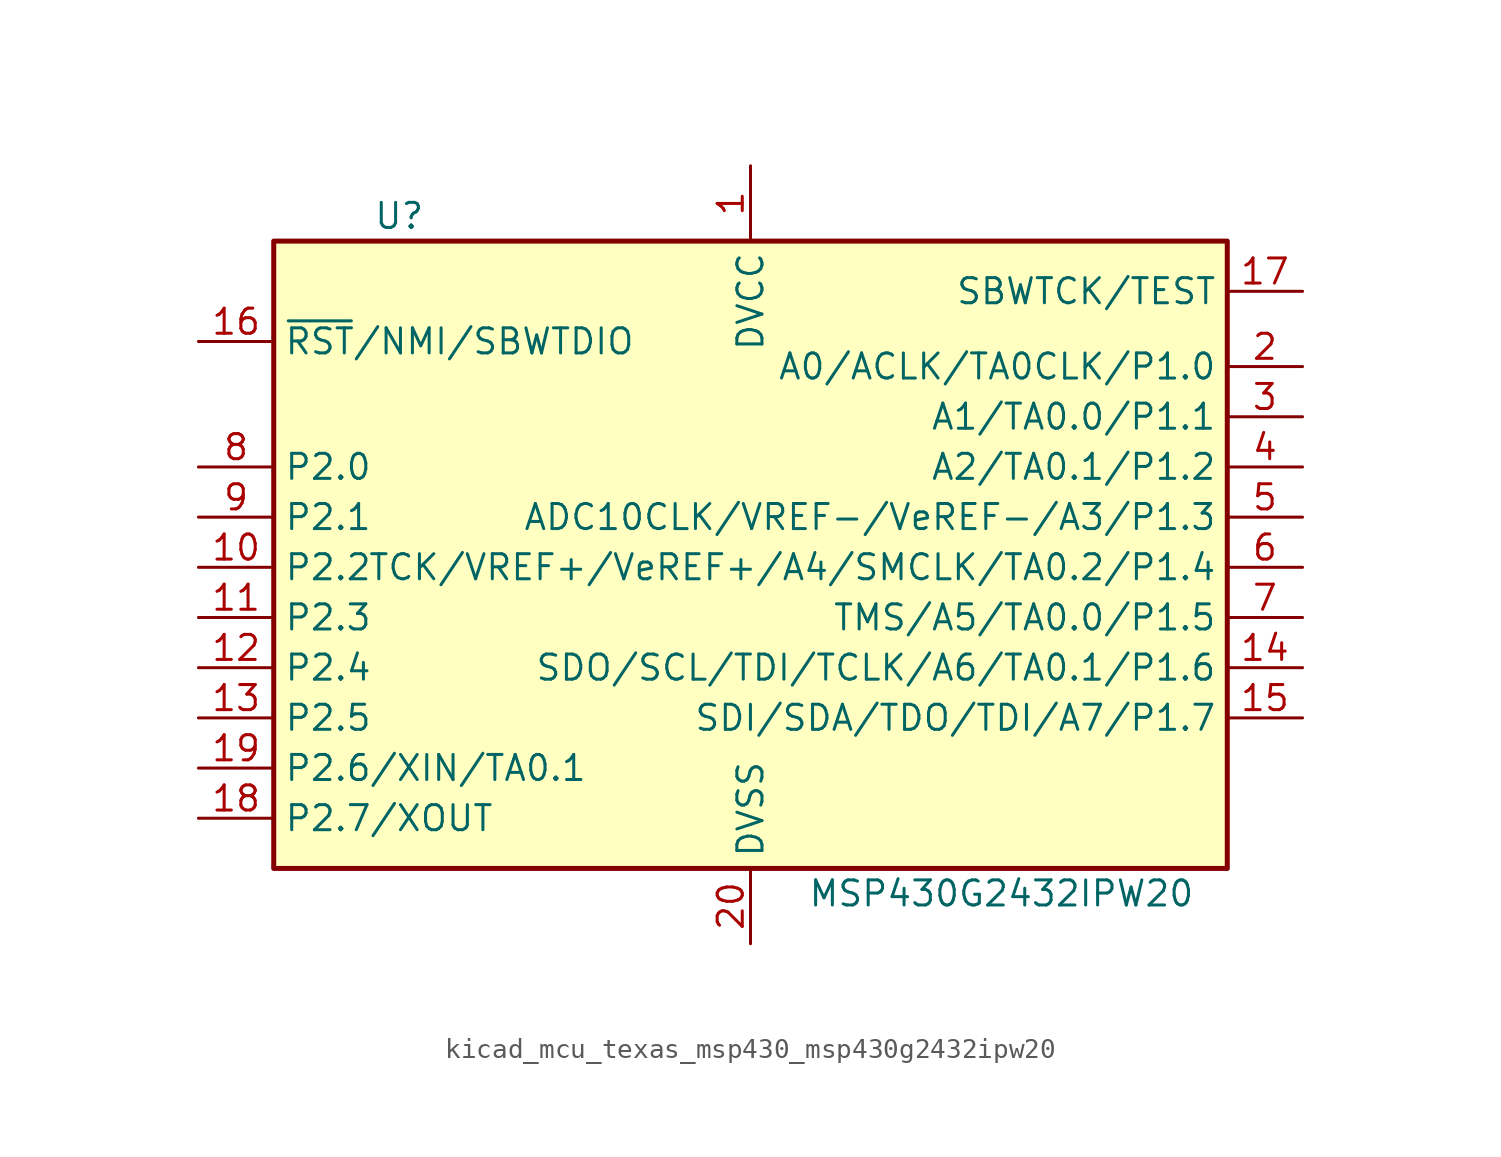
<source format=kicad_sym>
(kicad_symbol_lib
  (version 20220914)
  (generator kicad_symbol_editor)
  (symbol "kicad_mcu_texas_msp430_msp430g2432ipw20"
    (property "Reference" "U"
      (at -17.78 17.78 0)
      (effects (font (size 1.27 1.27))))
    (property "Value" "MSP430G2432IPW20"
      (at 12.7 -16.51 0)
      (effects (font (size 1.27 1.27))))
    (symbol "kicad_mcu_texas_msp430_msp430g2432ipw20_0_1"
      (rectangle (start -24.13 16.51) (end 24.13 -15.24) (stroke (width 0.254) (type default)) (fill (type background))))
    (symbol "kicad_mcu_texas_msp430_msp430g2432ipw20_1_1"
      (pin power_in line (at 0 20.32 270) (length 3.81) (name "DVCC" (effects (font (size 1.27 1.27)))) (number "1" (effects (font (size 1.27 1.27)))))
      (pin bidirectional line (at -27.94 0 0) (length 3.81) (name "P2.2" (effects (font (size 1.27 1.27)))) (number "10" (effects (font (size 1.27 1.27)))))
      (pin bidirectional line (at -27.94 -2.54 0) (length 3.81) (name "P2.3" (effects (font (size 1.27 1.27)))) (number "11" (effects (font (size 1.27 1.27)))))
      (pin bidirectional line (at -27.94 -5.08 0) (length 3.81) (name "P2.4" (effects (font (size 1.27 1.27)))) (number "12" (effects (font (size 1.27 1.27)))))
      (pin bidirectional line (at -27.94 -7.62 0) (length 3.81) (name "P2.5" (effects (font (size 1.27 1.27)))) (number "13" (effects (font (size 1.27 1.27)))))
      (pin bidirectional line (at 27.94 -5.08 180) (length 3.81) (name "SDO/SCL/TDI/TCLK/A6/TA0.1/P1.6" (effects (font (size 1.27 1.27)))) (number "14" (effects (font (size 1.27 1.27)))))
      (pin bidirectional line (at 27.94 -7.62 180) (length 3.81) (name "SDI/SDA/TDO/TDI/A7/P1.7" (effects (font (size 1.27 1.27)))) (number "15" (effects (font (size 1.27 1.27)))))
      (pin input line (at -27.94 11.43 0) (length 3.81) (name "~{RST}/NMI/SBWTDIO" (effects (font (size 1.27 1.27)))) (number "16" (effects (font (size 1.27 1.27)))))
      (pin input line (at 27.94 13.97 180) (length 3.81) (name "SBWTCK/TEST" (effects (font (size 1.27 1.27)))) (number "17" (effects (font (size 1.27 1.27)))))
      (pin bidirectional line (at -27.94 -12.7 0) (length 3.81) (name "P2.7/XOUT" (effects (font (size 1.27 1.27)))) (number "18" (effects (font (size 1.27 1.27)))))
      (pin bidirectional line (at -27.94 -10.16 0) (length 3.81) (name "P2.6/XIN/TA0.1" (effects (font (size 1.27 1.27)))) (number "19" (effects (font (size 1.27 1.27)))))
      (pin bidirectional line (at 27.94 10.16 180) (length 3.81) (name "A0/ACLK/TA0CLK/P1.0" (effects (font (size 1.27 1.27)))) (number "2" (effects (font (size 1.27 1.27)))))
      (pin power_in line (at 0 -19.05 90) (length 3.81) (name "DVSS" (effects (font (size 1.27 1.27)))) (number "20" (effects (font (size 1.27 1.27)))))
      (pin bidirectional line (at 27.94 7.62 180) (length 3.81) (name "A1/TA0.0/P1.1" (effects (font (size 1.27 1.27)))) (number "3" (effects (font (size 1.27 1.27)))))
      (pin bidirectional line (at 27.94 5.08 180) (length 3.81) (name "A2/TA0.1/P1.2" (effects (font (size 1.27 1.27)))) (number "4" (effects (font (size 1.27 1.27)))))
      (pin bidirectional line (at 27.94 2.54 180) (length 3.81) (name "ADC10CLK/VREF-/VeREF-/A3/P1.3" (effects (font (size 1.27 1.27)))) (number "5" (effects (font (size 1.27 1.27)))))
      (pin bidirectional line (at 27.94 0 180) (length 3.81) (name "TCK/VREF+/VeREF+/A4/SMCLK/TA0.2/P1.4" (effects (font (size 1.27 1.27)))) (number "6" (effects (font (size 1.27 1.27)))))
      (pin bidirectional line (at 27.94 -2.54 180) (length 3.81) (name "TMS/A5/TA0.0/P1.5" (effects (font (size 1.27 1.27)))) (number "7" (effects (font (size 1.27 1.27)))))
      (pin bidirectional line (at -27.94 5.08 0) (length 3.81) (name "P2.0" (effects (font (size 1.27 1.27)))) (number "8" (effects (font (size 1.27 1.27)))))
      (pin bidirectional line (at -27.94 2.54 0) (length 3.81) (name "P2.1" (effects (font (size 1.27 1.27)))) (number "9" (effects (font (size 1.27 1.27))))))))
</source>
